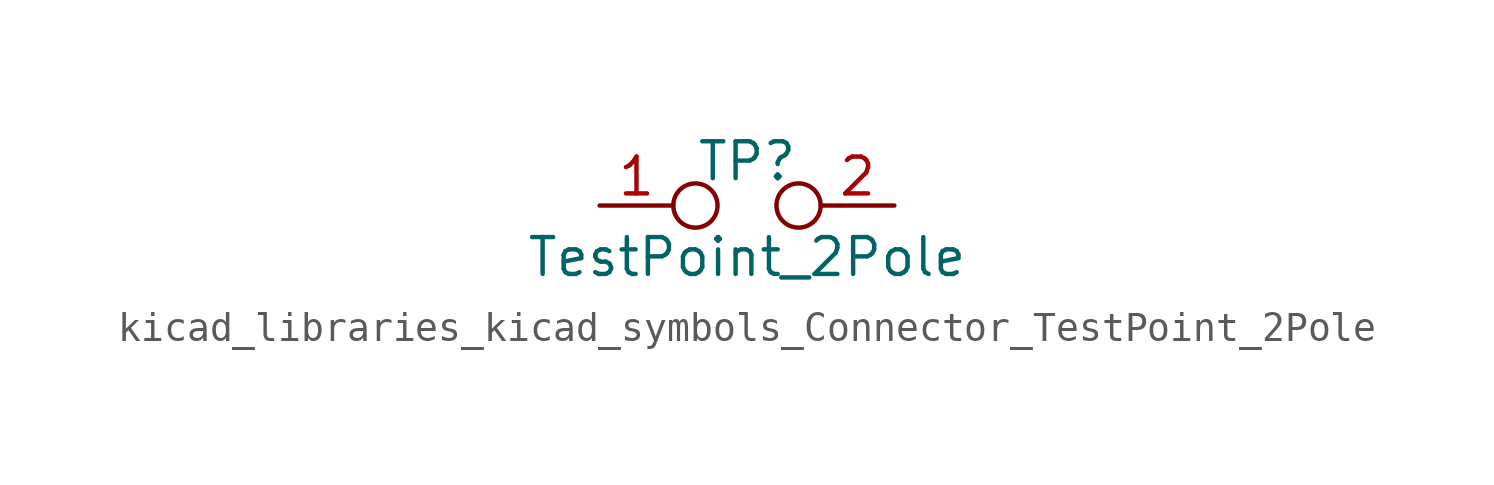
<source format=kicad_sym>
(kicad_symbol_lib
  (version 20220914)
  (generator kicad_symbol_editor)
  (symbol "kicad_libraries_kicad_symbols_Connector_TestPoint_2Pole"
    (pin_names
      (offset 0.762) hide)
    (property "Reference" "TP"
      (at 0 1.524 0)
      (effects (font (size 1.27 1.27))))
    (property "Value" "TestPoint_2Pole"
      (at 0 -1.778 0)
      (effects (font (size 1.27 1.27))))
    (symbol "kicad_libraries_kicad_symbols_Connector_TestPoint_2Pole_0_1"
      (circle (center -1.778 0) (radius 0.762) (stroke (width 0) (type default)) (fill (type none)))
      (circle (center 1.778 0) (radius 0.762) (stroke (width 0) (type default)) (fill (type none)))
      (pin passive line (at -5.08 0 0) (length 2.54) (name "1" (effects (font (size 1.27 1.27)))) (number "1" (effects (font (size 1.27 1.27)))))
      (pin passive line (at 5.08 0 180) (length 2.54) (name "2" (effects (font (size 1.27 1.27)))) (number "2" (effects (font (size 1.27 1.27))))))))
</source>
